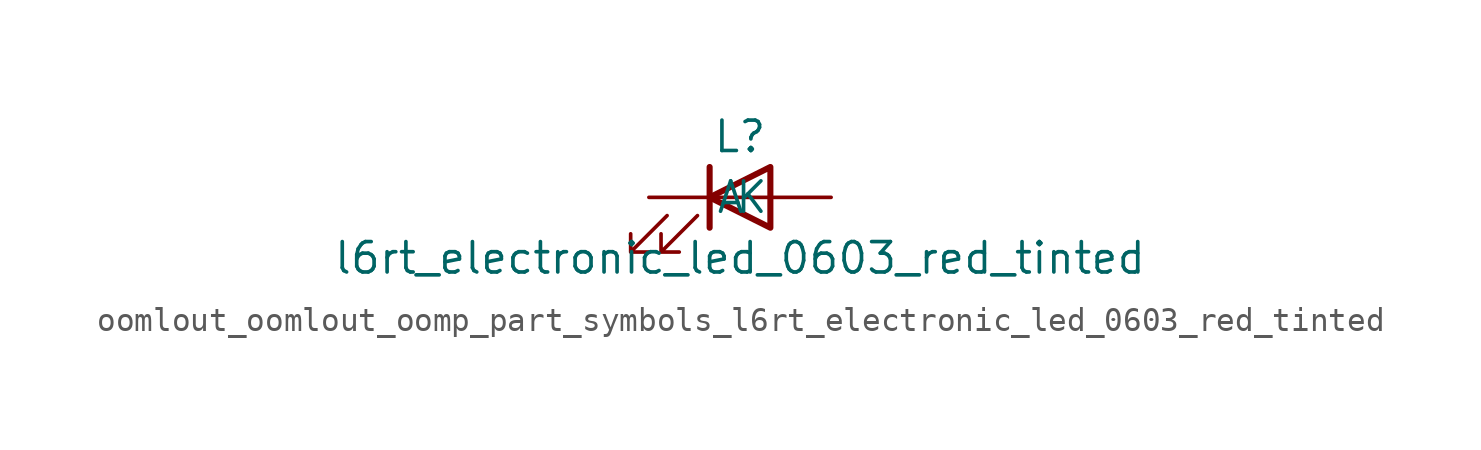
<source format=kicad_sym>
(kicad_symbol_lib
  (version 20220914)
  (generator kicad_symbol_editor)
  (symbol "oomlout_oomlout_oomp_part_symbols_l6rt_electronic_led_0603_red_tinted"
    (pin_numbers hide)
    (pin_names
      (offset 1.016))
    (property "Reference" "L"
      (at 0 2.54 0)
      (effects (font (size 1.27 1.27))))
    (property "Value" "l6rt_electronic_led_0603_red_tinted"
      (at 0 -2.54 0)
      (effects (font (size 1.27 1.27))))
    (symbol "oomlout_oomlout_oomp_part_symbols_l6rt_electronic_led_0603_red_tinted_0_1"
      (polyline (pts (xy -1.27 -1.27) (xy -1.27 1.27)) (stroke (width 0.254) (type default)) (fill (type none)))
      (polyline (pts (xy -1.27 0) (xy 1.27 0)) (stroke (width 0) (type default)) (fill (type none)))
      (polyline (pts (xy 1.27 -1.27) (xy 1.27 1.27) (xy -1.27 0) (xy 1.27 -1.27)) (stroke (width 0.254) (type default)) (fill (type none)))
      (polyline (pts (xy -3.048 -0.762) (xy -4.572 -2.286) (xy -3.81 -2.286) (xy -4.572 -2.286) (xy -4.572 -1.524)) (stroke (width 0) (type default)) (fill (type none)))
      (polyline (pts (xy -1.778 -0.762) (xy -3.302 -2.286) (xy -2.54 -2.286) (xy -3.302 -2.286) (xy -3.302 -1.524)) (stroke (width 0) (type default)) (fill (type none))))
    (symbol "oomlout_oomlout_oomp_part_symbols_l6rt_electronic_led_0603_red_tinted_1_1"
      (pin passive line (at -3.81 0 0) (length 2.54) (name "K" (effects (font (size 1.27 1.27)))) (number "1" (effects (font (size 1.27 1.27)))))
      (pin passive line (at 3.81 0 180) (length 2.54) (name "A" (effects (font (size 1.27 1.27)))) (number "2" (effects (font (size 1.27 1.27))))))))
</source>
